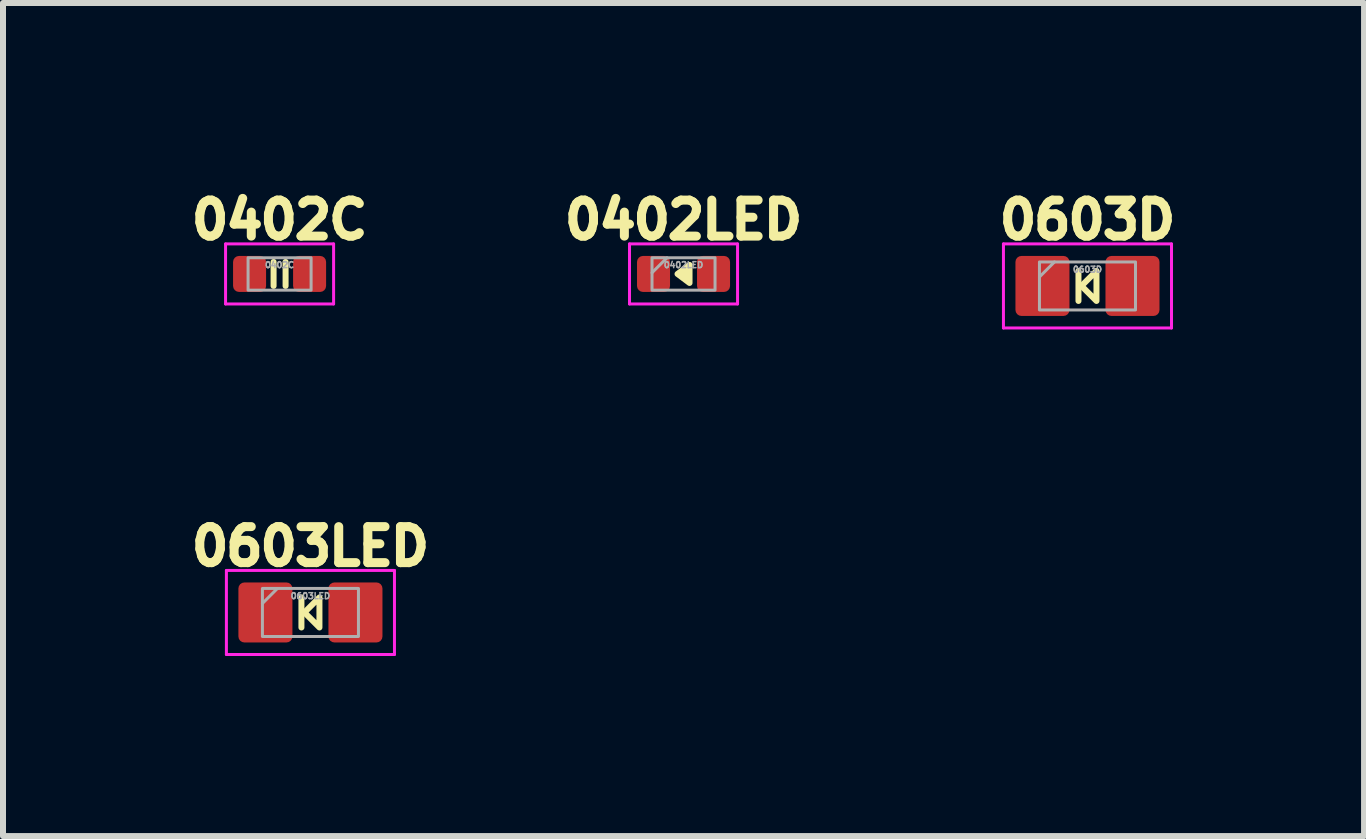
<source format=kicad_pcb>
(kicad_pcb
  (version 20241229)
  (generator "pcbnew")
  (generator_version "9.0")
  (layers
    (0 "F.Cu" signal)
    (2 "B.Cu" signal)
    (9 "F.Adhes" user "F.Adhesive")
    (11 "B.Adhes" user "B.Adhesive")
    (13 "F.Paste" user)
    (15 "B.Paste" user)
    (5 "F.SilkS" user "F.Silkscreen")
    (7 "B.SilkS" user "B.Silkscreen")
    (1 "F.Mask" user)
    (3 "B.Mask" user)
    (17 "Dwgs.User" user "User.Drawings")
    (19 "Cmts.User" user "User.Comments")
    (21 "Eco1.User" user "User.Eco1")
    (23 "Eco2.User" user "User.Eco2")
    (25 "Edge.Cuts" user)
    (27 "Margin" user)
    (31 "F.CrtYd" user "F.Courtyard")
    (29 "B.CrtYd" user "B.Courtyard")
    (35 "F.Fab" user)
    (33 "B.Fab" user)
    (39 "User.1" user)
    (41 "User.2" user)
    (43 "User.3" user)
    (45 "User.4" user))
  (footprint "0603LED"
    (layer "F.Cu")
    (at 2.122 7.154)
    (property "Reference" "0603LED" (at 0 -1.1 0) (layer "F.SilkS") (effects (font (size 0.6 0.6) (thickness 0.15))))
    (attr smd)
    (fp_line (start -0.15 -0.25) (end -0.15 0.25) (stroke (width 0.1) (type solid)) (layer "F.SilkS"))
    (fp_poly (pts (xy 0.15 0.25) (xy -0.1 0) (xy 0.15 -0.25)) (stroke (width 0.1) (type solid)) (fill no) (layer "F.SilkS"))
    (fp_line (start -1.4 -0.7) (end 1.4 -0.7) (stroke (width 0.05) (type solid)) (layer "F.CrtYd"))
    (fp_line (start -1.4 0.7) (end -1.4 -0.7) (stroke (width 0.05) (type solid)) (layer "F.CrtYd"))
    (fp_line (start 1.4 -0.7) (end 1.4 0.7) (stroke (width 0.05) (type solid)) (layer "F.CrtYd"))
    (fp_line (start 1.4 0.7) (end -1.4 0.7) (stroke (width 0.05) (type solid)) (layer "F.CrtYd"))
    (fp_line (start -0.55 -0.4) (end -0.8 -0.15) (stroke (width 0.05) (type solid)) (layer "F.Fab"))
    (fp_rect (start 0.8 -0.4) (end -0.8 0.4) (stroke (width 0.05) (type solid)) (fill no) (layer "F.Fab"))
    (fp_text user "${REFERENCE}" (at 0 -0.275 0) (layer "F.Fab") (effects (font (size 0.1 0.1) (thickness 0.025))))
    (pad "1" smd roundrect (at -0.75 0) (size 0.9 1) (layers "F.Cu" "F.Mask" "F.Paste") (roundrect_rratio 0.111))
    (pad "2" smd roundrect (at 0.75 0) (size 0.9 1) (layers "F.Cu" "F.Mask" "F.Paste") (roundrect_rratio 0.111)))
  (footprint "0402C"
    (layer "F.Cu")
    (at 1.608 1.514)
    (property "Reference" "0402C" (at 0 -0.9 0) (layer "F.SilkS") (effects (font (size 0.6 0.6) (thickness 0.15))))
    (attr smd)
    (fp_line (start -0.1 0.2) (end -0.1 -0.2) (stroke (width 0.1) (type solid)) (layer "F.SilkS"))
    (fp_line (start 0.1 0.2) (end 0.1 -0.2) (stroke (width 0.1) (type solid)) (layer "F.SilkS"))
    (fp_line (start -0.9 -0.5) (end 0.9 -0.5) (stroke (width 0.05) (type solid)) (layer "F.CrtYd"))
    (fp_line (start -0.9 0.5) (end -0.9 -0.5) (stroke (width 0.05) (type solid)) (layer "F.CrtYd"))
    (fp_line (start 0.9 -0.5) (end 0.9 0.5) (stroke (width 0.05) (type solid)) (layer "F.CrtYd"))
    (fp_line (start 0.9 0.5) (end -0.9 0.5) (stroke (width 0.05) (type solid)) (layer "F.CrtYd"))
    (fp_rect (start 0.525 -0.27) (end -0.525 0.27) (stroke (width 0.05) (type solid)) (fill no) (layer "F.Fab"))
    (fp_text user "${REFERENCE}" (at 0 -0.15 0) (layer "F.Fab") (effects (font (size 0.1 0.1) (thickness 0.025))))
    (pad "1" smd roundrect (at -0.5 0) (size 0.55 0.6) (layers "F.Cu" "F.Mask" "F.Paste") (roundrect_rratio 0.182))
    (pad "2" smd roundrect (at 0.5 0) (size 0.55 0.6) (layers "F.Cu" "F.Mask" "F.Paste") (roundrect_rratio 0.182)))
  (footprint "0603D"
    (layer "F.Cu")
    (at 15.068 1.714)
    (property "Reference" "0603D" (at 0 -1.1 0) (layer "F.SilkS") (effects (font (size 0.6 0.6) (thickness 0.15))))
    (attr smd)
    (fp_line (start -0.15 -0.25) (end -0.15 0.25) (stroke (width 0.1) (type solid)) (layer "F.SilkS"))
    (fp_poly (pts (xy 0.15 0.25) (xy -0.1 0) (xy 0.15 -0.25)) (stroke (width 0.1) (type solid)) (fill no) (layer "F.SilkS"))
    (fp_line (start -1.4 -0.7) (end 1.4 -0.7) (stroke (width 0.05) (type solid)) (layer "F.CrtYd"))
    (fp_line (start -1.4 0.7) (end -1.4 -0.7) (stroke (width 0.05) (type solid)) (layer "F.CrtYd"))
    (fp_line (start 1.4 -0.7) (end 1.4 0.7) (stroke (width 0.05) (type solid)) (layer "F.CrtYd"))
    (fp_line (start 1.4 0.7) (end -1.4 0.7) (stroke (width 0.05) (type solid)) (layer "F.CrtYd"))
    (fp_line (start -0.55 -0.4) (end -0.8 -0.15) (stroke (width 0.05) (type solid)) (layer "F.Fab"))
    (fp_rect (start 0.8 -0.4) (end -0.8 0.4) (stroke (width 0.05) (type solid)) (fill no) (layer "F.Fab"))
    (fp_text user "${REFERENCE}" (at 0 -0.275 0) (layer "F.Fab") (effects (font (size 0.1 0.1) (thickness 0.025))))
    (pad "1" smd roundrect (at -0.75 0) (size 0.9 1) (layers "F.Cu" "F.Mask" "F.Paste") (roundrect_rratio 0.111))
    (pad "2" smd roundrect (at 0.75 0) (size 0.9 1) (layers "F.Cu" "F.Mask" "F.Paste") (roundrect_rratio 0.111)))
  (footprint "0402LED"
    (layer "F.Cu")
    (at 8.338 1.514)
    (property "Reference" "0402LED" (at 0 -0.9 0) (layer "F.SilkS") (effects (font (size 0.6 0.6) (thickness 0.15))))
    (attr smd)
    (fp_poly (pts (xy 0.1 0.15) (xy -0.1 0) (xy 0.1 -0.15)) (stroke (width 0.1) (type solid)) (fill yes) (layer "F.SilkS"))
    (fp_line (start -0.9 -0.5) (end 0.9 -0.5) (stroke (width 0.05) (type solid)) (layer "F.CrtYd"))
    (fp_line (start -0.9 0.5) (end -0.9 -0.5) (stroke (width 0.05) (type solid)) (layer "F.CrtYd"))
    (fp_line (start 0.9 -0.5) (end 0.9 0.5) (stroke (width 0.05) (type solid)) (layer "F.CrtYd"))
    (fp_line (start 0.9 0.5) (end -0.9 0.5) (stroke (width 0.05) (type solid)) (layer "F.CrtYd"))
    (fp_line (start -0.275 -0.27) (end -0.525 -0.02) (stroke (width 0.05) (type solid)) (layer "F.Fab"))
    (fp_rect (start 0.525 -0.27) (end -0.525 0.27) (stroke (width 0.05) (type solid)) (fill no) (layer "F.Fab"))
    (fp_text user "${REFERENCE}" (at 0 -0.15 0) (layer "F.Fab") (effects (font (size 0.1 0.1) (thickness 0.025))))
    (pad "1" smd roundrect (at -0.5 0) (size 0.55 0.6) (layers "F.Cu" "F.Mask" "F.Paste") (roundrect_rratio 0.182))
    (pad "2" smd roundrect (at 0.5 0) (size 0.55 0.6) (layers "F.Cu" "F.Mask" "F.Paste") (roundrect_rratio 0.182)))
  (gr_rect
    (start -3 -3)
    (end 19.676 10.879)
    (stroke (width 0.1) (type default))
    (fill no)
    (layer "Edge.Cuts")))
</source>
